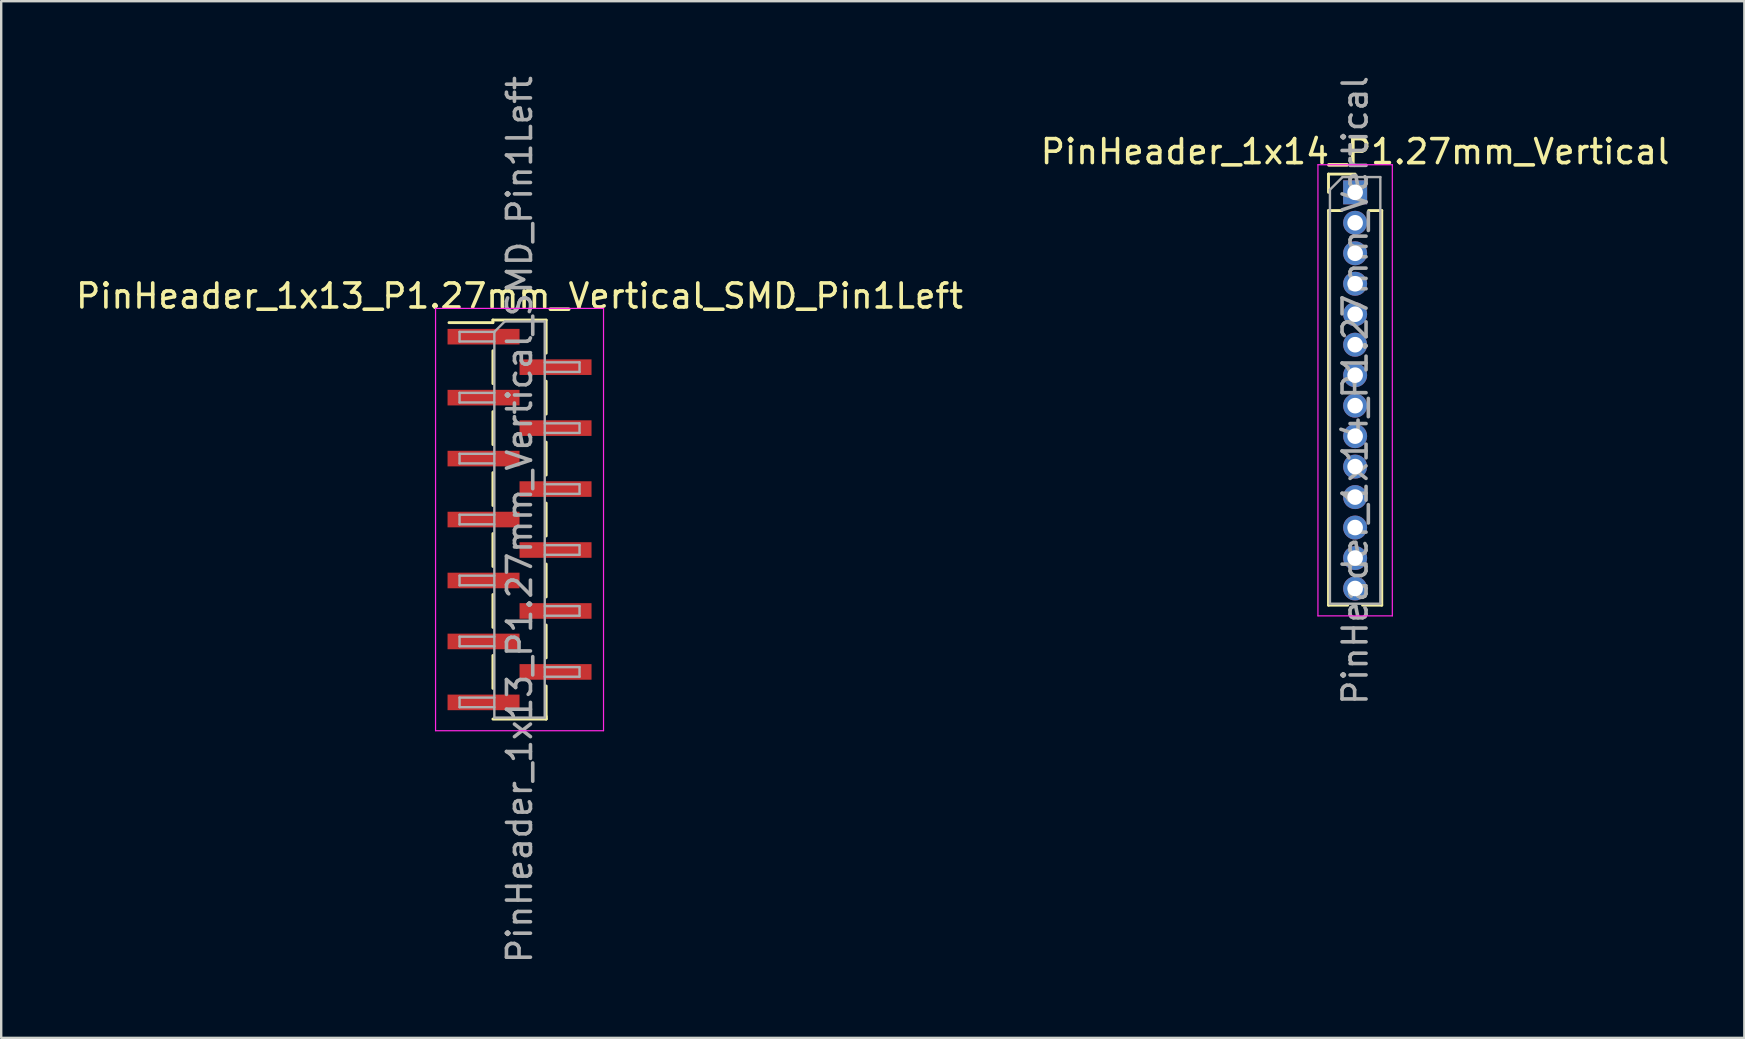
<source format=kicad_pcb>
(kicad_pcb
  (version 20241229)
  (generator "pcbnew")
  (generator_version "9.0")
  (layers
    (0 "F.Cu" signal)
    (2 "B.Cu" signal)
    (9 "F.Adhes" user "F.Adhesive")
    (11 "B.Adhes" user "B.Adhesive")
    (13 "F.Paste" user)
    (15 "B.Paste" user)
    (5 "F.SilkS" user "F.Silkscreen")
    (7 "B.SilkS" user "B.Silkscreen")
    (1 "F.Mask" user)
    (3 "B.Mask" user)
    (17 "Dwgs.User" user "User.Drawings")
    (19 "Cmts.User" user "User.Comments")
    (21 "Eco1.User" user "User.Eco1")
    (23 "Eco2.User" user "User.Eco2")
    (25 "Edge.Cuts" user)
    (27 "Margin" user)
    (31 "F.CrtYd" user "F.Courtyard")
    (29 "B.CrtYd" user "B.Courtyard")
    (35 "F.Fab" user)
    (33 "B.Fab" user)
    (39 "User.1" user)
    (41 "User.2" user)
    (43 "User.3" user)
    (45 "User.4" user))
  (footprint "PinHeader_1x14_P1.27mm_Vertical"
    (layer "F.Cu")
    (at 53.423 4.965)
    (property "Reference" "PinHeader_1x14_P1.27mm_Vertical" (at 0 -1.695 0) (layer "F.SilkS") (effects (font (size 1 1) (thickness 0.15))))
    (attr through_hole)
    (fp_line (start -1.11 -0.76) (end 0 -0.76) (stroke (width 0.12) (type solid)) (layer "F.SilkS"))
    (fp_line (start -1.11 0) (end -1.11 -0.76) (stroke (width 0.12) (type solid)) (layer "F.SilkS"))
    (fp_line (start -1.11 0.76) (end -1.11 17.205) (stroke (width 0.12) (type solid)) (layer "F.SilkS"))
    (fp_line (start -1.11 0.76) (end -0.563 0.76) (stroke (width 0.12) (type solid)) (layer "F.SilkS"))
    (fp_line (start -1.11 17.205) (end -0.308 17.205) (stroke (width 0.12) (type solid)) (layer "F.SilkS"))
    (fp_line (start 0.308 17.205) (end 1.11 17.205) (stroke (width 0.12) (type solid)) (layer "F.SilkS"))
    (fp_line (start 0.563 0.76) (end 1.11 0.76) (stroke (width 0.12) (type solid)) (layer "F.SilkS"))
    (fp_line (start 1.11 0.76) (end 1.11 17.205) (stroke (width 0.12) (type solid)) (layer "F.SilkS"))
    (fp_line (start -1.55 -1.15) (end -1.55 17.65) (stroke (width 0.05) (type solid)) (layer "F.CrtYd"))
    (fp_line (start -1.55 17.65) (end 1.55 17.65) (stroke (width 0.05) (type solid)) (layer "F.CrtYd"))
    (fp_line (start 1.55 -1.15) (end -1.55 -1.15) (stroke (width 0.05) (type solid)) (layer "F.CrtYd"))
    (fp_line (start 1.55 17.65) (end 1.55 -1.15) (stroke (width 0.05) (type solid)) (layer "F.CrtYd"))
    (fp_line (start -1.05 -0.11) (end -0.525 -0.635) (stroke (width 0.1) (type solid)) (layer "F.Fab"))
    (fp_line (start -1.05 17.145) (end -1.05 -0.11) (stroke (width 0.1) (type solid)) (layer "F.Fab"))
    (fp_line (start -0.525 -0.635) (end 1.05 -0.635) (stroke (width 0.1) (type solid)) (layer "F.Fab"))
    (fp_line (start 1.05 -0.635) (end 1.05 17.145) (stroke (width 0.1) (type solid)) (layer "F.Fab"))
    (fp_line (start 1.05 17.145) (end -1.05 17.145) (stroke (width 0.1) (type solid)) (layer "F.Fab"))
    (fp_text user "${REFERENCE}" (at 0 8.255 90) (layer "F.Fab") (effects (font (size 1 1) (thickness 0.15))))
    (pad "1" thru_hole rect (at 0 0) (size 1 1) (drill 0.65) (layers "*.Cu" "*.Mask"))
    (pad "2" thru_hole oval (at 0 1.27) (size 1 1) (drill 0.65) (layers "*.Cu" "*.Mask"))
    (pad "3" thru_hole oval (at 0 2.54) (size 1 1) (drill 0.65) (layers "*.Cu" "*.Mask"))
    (pad "4" thru_hole oval (at 0 3.81) (size 1 1) (drill 0.65) (layers "*.Cu" "*.Mask"))
    (pad "5" thru_hole oval (at 0 5.08) (size 1 1) (drill 0.65) (layers "*.Cu" "*.Mask"))
    (pad "6" thru_hole oval (at 0 6.35) (size 1 1) (drill 0.65) (layers "*.Cu" "*.Mask"))
    (pad "7" thru_hole oval (at 0 7.62) (size 1 1) (drill 0.65) (layers "*.Cu" "*.Mask"))
    (pad "8" thru_hole oval (at 0 8.89) (size 1 1) (drill 0.65) (layers "*.Cu" "*.Mask"))
    (pad "9" thru_hole oval (at 0 10.16) (size 1 1) (drill 0.65) (layers "*.Cu" "*.Mask"))
    (pad "10" thru_hole oval (at 0 11.43) (size 1 1) (drill 0.65) (layers "*.Cu" "*.Mask"))
    (pad "11" thru_hole oval (at 0 12.7) (size 1 1) (drill 0.65) (layers "*.Cu" "*.Mask"))
    (pad "12" thru_hole oval (at 0 13.97) (size 1 1) (drill 0.65) (layers "*.Cu" "*.Mask"))
    (pad "13" thru_hole oval (at 0 15.24) (size 1 1) (drill 0.65) (layers "*.Cu" "*.Mask"))
    (pad "14" thru_hole oval (at 0 16.51) (size 1 1) (drill 0.65) (layers "*.Cu" "*.Mask")))
  (footprint "PinHeader_1x13_P1.27mm_Vertical_SMD_Pin1Left"
    (layer "F.Cu")
    (at 18.601 18.601)
    (property "Reference" "PinHeader_1x13_P1.27mm_Vertical_SMD_Pin1Left" (at 0 -9.315 0) (layer "F.SilkS") (effects (font (size 1 1) (thickness 0.15))))
    (attr smd)
    (fp_line (start -1.11 -8.315) (end -1.11 -8.205) (stroke (width 0.12) (type solid)) (layer "F.SilkS"))
    (fp_line (start -1.11 -8.315) (end 1.11 -8.315) (stroke (width 0.12) (type solid)) (layer "F.SilkS"))
    (fp_line (start -1.11 -8.205) (end -2.94 -8.205) (stroke (width 0.12) (type solid)) (layer "F.SilkS"))
    (fp_line (start -1.11 -7.035) (end -1.11 -5.665) (stroke (width 0.12) (type solid)) (layer "F.SilkS"))
    (fp_line (start -1.11 -4.495) (end -1.11 -3.125) (stroke (width 0.12) (type solid)) (layer "F.SilkS"))
    (fp_line (start -1.11 -1.955) (end -1.11 -0.585) (stroke (width 0.12) (type solid)) (layer "F.SilkS"))
    (fp_line (start -1.11 0.585) (end -1.11 1.955) (stroke (width 0.12) (type solid)) (layer "F.SilkS"))
    (fp_line (start -1.11 3.125) (end -1.11 4.495) (stroke (width 0.12) (type solid)) (layer "F.SilkS"))
    (fp_line (start -1.11 5.665) (end -1.11 7.035) (stroke (width 0.12) (type solid)) (layer "F.SilkS"))
    (fp_line (start -1.11 8.315) (end 1.11 8.315) (stroke (width 0.12) (type solid)) (layer "F.SilkS"))
    (fp_line (start 1.11 -8.305) (end 1.11 -6.935) (stroke (width 0.12) (type solid)) (layer "F.SilkS"))
    (fp_line (start 1.11 -5.765) (end 1.11 -4.395) (stroke (width 0.12) (type solid)) (layer "F.SilkS"))
    (fp_line (start 1.11 -3.225) (end 1.11 -1.855) (stroke (width 0.12) (type solid)) (layer "F.SilkS"))
    (fp_line (start 1.11 -0.685) (end 1.11 0.685) (stroke (width 0.12) (type solid)) (layer "F.SilkS"))
    (fp_line (start 1.11 1.855) (end 1.11 3.225) (stroke (width 0.12) (type solid)) (layer "F.SilkS"))
    (fp_line (start 1.11 4.395) (end 1.11 5.765) (stroke (width 0.12) (type solid)) (layer "F.SilkS"))
    (fp_line (start 1.11 6.935) (end 1.11 8.305) (stroke (width 0.12) (type solid)) (layer "F.SilkS"))
    (fp_line (start 1.11 8.205) (end 1.11 8.315) (stroke (width 0.12) (type solid)) (layer "F.SilkS"))
    (fp_line (start -3.5 -8.8) (end -3.5 8.8) (stroke (width 0.05) (type solid)) (layer "F.CrtYd"))
    (fp_line (start -3.5 8.8) (end 3.5 8.8) (stroke (width 0.05) (type solid)) (layer "F.CrtYd"))
    (fp_line (start 3.5 -8.8) (end -3.5 -8.8) (stroke (width 0.05) (type solid)) (layer "F.CrtYd"))
    (fp_line (start 3.5 8.8) (end 3.5 -8.8) (stroke (width 0.05) (type solid)) (layer "F.CrtYd"))
    (fp_line (start -2.5 -7.82) (end -2.5 -7.42) (stroke (width 0.1) (type solid)) (layer "F.Fab"))
    (fp_line (start -2.5 -7.42) (end -1.05 -7.42) (stroke (width 0.1) (type solid)) (layer "F.Fab"))
    (fp_line (start -2.5 -5.28) (end -2.5 -4.88) (stroke (width 0.1) (type solid)) (layer "F.Fab"))
    (fp_line (start -2.5 -4.88) (end -1.05 -4.88) (stroke (width 0.1) (type solid)) (layer "F.Fab"))
    (fp_line (start -2.5 -2.74) (end -2.5 -2.34) (stroke (width 0.1) (type solid)) (layer "F.Fab"))
    (fp_line (start -2.5 -2.34) (end -1.05 -2.34) (stroke (width 0.1) (type solid)) (layer "F.Fab"))
    (fp_line (start -2.5 -0.2) (end -2.5 0.2) (stroke (width 0.1) (type solid)) (layer "F.Fab"))
    (fp_line (start -2.5 0.2) (end -1.05 0.2) (stroke (width 0.1) (type solid)) (layer "F.Fab"))
    (fp_line (start -2.5 2.34) (end -2.5 2.74) (stroke (width 0.1) (type solid)) (layer "F.Fab"))
    (fp_line (start -2.5 2.74) (end -1.05 2.74) (stroke (width 0.1) (type solid)) (layer "F.Fab"))
    (fp_line (start -2.5 4.88) (end -2.5 5.28) (stroke (width 0.1) (type solid)) (layer "F.Fab"))
    (fp_line (start -2.5 5.28) (end -1.05 5.28) (stroke (width 0.1) (type solid)) (layer "F.Fab"))
    (fp_line (start -2.5 7.42) (end -2.5 7.82) (stroke (width 0.1) (type solid)) (layer "F.Fab"))
    (fp_line (start -2.5 7.82) (end -1.05 7.82) (stroke (width 0.1) (type solid)) (layer "F.Fab"))
    (fp_line (start -1.05 -7.82) (end -2.5 -7.82) (stroke (width 0.1) (type solid)) (layer "F.Fab"))
    (fp_line (start -1.05 -7.82) (end -0.615 -8.255) (stroke (width 0.1) (type solid)) (layer "F.Fab"))
    (fp_line (start -1.05 -5.28) (end -2.5 -5.28) (stroke (width 0.1) (type solid)) (layer "F.Fab"))
    (fp_line (start -1.05 -2.74) (end -2.5 -2.74) (stroke (width 0.1) (type solid)) (layer "F.Fab"))
    (fp_line (start -1.05 -0.2) (end -2.5 -0.2) (stroke (width 0.1) (type solid)) (layer "F.Fab"))
    (fp_line (start -1.05 2.34) (end -2.5 2.34) (stroke (width 0.1) (type solid)) (layer "F.Fab"))
    (fp_line (start -1.05 4.88) (end -2.5 4.88) (stroke (width 0.1) (type solid)) (layer "F.Fab"))
    (fp_line (start -1.05 7.42) (end -2.5 7.42) (stroke (width 0.1) (type solid)) (layer "F.Fab"))
    (fp_line (start -1.05 8.255) (end -1.05 -7.82) (stroke (width 0.1) (type solid)) (layer "F.Fab"))
    (fp_line (start -0.615 -8.255) (end 1.05 -8.255) (stroke (width 0.1) (type solid)) (layer "F.Fab"))
    (fp_line (start 1.05 -8.255) (end 1.05 8.255) (stroke (width 0.1) (type solid)) (layer "F.Fab"))
    (fp_line (start 1.05 -6.55) (end 2.5 -6.55) (stroke (width 0.1) (type solid)) (layer "F.Fab"))
    (fp_line (start 1.05 -4.01) (end 2.5 -4.01) (stroke (width 0.1) (type solid)) (layer "F.Fab"))
    (fp_line (start 1.05 -1.47) (end 2.5 -1.47) (stroke (width 0.1) (type solid)) (layer "F.Fab"))
    (fp_line (start 1.05 1.07) (end 2.5 1.07) (stroke (width 0.1) (type solid)) (layer "F.Fab"))
    (fp_line (start 1.05 3.61) (end 2.5 3.61) (stroke (width 0.1) (type solid)) (layer "F.Fab"))
    (fp_line (start 1.05 6.15) (end 2.5 6.15) (stroke (width 0.1) (type solid)) (layer "F.Fab"))
    (fp_line (start 1.05 8.255) (end -1.05 8.255) (stroke (width 0.1) (type solid)) (layer "F.Fab"))
    (fp_line (start 2.5 -6.55) (end 2.5 -6.15) (stroke (width 0.1) (type solid)) (layer "F.Fab"))
    (fp_line (start 2.5 -6.15) (end 1.05 -6.15) (stroke (width 0.1) (type solid)) (layer "F.Fab"))
    (fp_line (start 2.5 -4.01) (end 2.5 -3.61) (stroke (width 0.1) (type solid)) (layer "F.Fab"))
    (fp_line (start 2.5 -3.61) (end 1.05 -3.61) (stroke (width 0.1) (type solid)) (layer "F.Fab"))
    (fp_line (start 2.5 -1.47) (end 2.5 -1.07) (stroke (width 0.1) (type solid)) (layer "F.Fab"))
    (fp_line (start 2.5 -1.07) (end 1.05 -1.07) (stroke (width 0.1) (type solid)) (layer "F.Fab"))
    (fp_line (start 2.5 1.07) (end 2.5 1.47) (stroke (width 0.1) (type solid)) (layer "F.Fab"))
    (fp_line (start 2.5 1.47) (end 1.05 1.47) (stroke (width 0.1) (type solid)) (layer "F.Fab"))
    (fp_line (start 2.5 3.61) (end 2.5 4.01) (stroke (width 0.1) (type solid)) (layer "F.Fab"))
    (fp_line (start 2.5 4.01) (end 1.05 4.01) (stroke (width 0.1) (type solid)) (layer "F.Fab"))
    (fp_line (start 2.5 6.15) (end 2.5 6.55) (stroke (width 0.1) (type solid)) (layer "F.Fab"))
    (fp_line (start 2.5 6.55) (end 1.05 6.55) (stroke (width 0.1) (type solid)) (layer "F.Fab"))
    (fp_text user "${REFERENCE}" (at 0 0 90) (layer "F.Fab") (effects (font (size 1 1) (thickness 0.15))))
    (pad "1" smd rect (at -1.5 -7.62) (size 3 0.65) (layers "F.Cu" "F.Mask" "F.Paste"))
    (pad "2" smd rect (at 1.5 -6.35) (size 3 0.65) (layers "F.Cu" "F.Mask" "F.Paste"))
    (pad "3" smd rect (at -1.5 -5.08) (size 3 0.65) (layers "F.Cu" "F.Mask" "F.Paste"))
    (pad "4" smd rect (at 1.5 -3.81) (size 3 0.65) (layers "F.Cu" "F.Mask" "F.Paste"))
    (pad "5" smd rect (at -1.5 -2.54) (size 3 0.65) (layers "F.Cu" "F.Mask" "F.Paste"))
    (pad "6" smd rect (at 1.5 -1.27) (size 3 0.65) (layers "F.Cu" "F.Mask" "F.Paste"))
    (pad "7" smd rect (at -1.5 0) (size 3 0.65) (layers "F.Cu" "F.Mask" "F.Paste"))
    (pad "8" smd rect (at 1.5 1.27) (size 3 0.65) (layers "F.Cu" "F.Mask" "F.Paste"))
    (pad "9" smd rect (at -1.5 2.54) (size 3 0.65) (layers "F.Cu" "F.Mask" "F.Paste"))
    (pad "10" smd rect (at 1.5 3.81) (size 3 0.65) (layers "F.Cu" "F.Mask" "F.Paste"))
    (pad "11" smd rect (at -1.5 5.08) (size 3 0.65) (layers "F.Cu" "F.Mask" "F.Paste"))
    (pad "12" smd rect (at 1.5 6.35) (size 3 0.65) (layers "F.Cu" "F.Mask" "F.Paste"))
    (pad "13" smd rect (at -1.5 7.62) (size 3 0.65) (layers "F.Cu" "F.Mask" "F.Paste")))
  (gr_rect
    (start -3 -3)
    (end 69.643 40.202)
    (stroke (width 0.1) (type default))
    (fill no)
    (layer "Edge.Cuts")))
</source>
